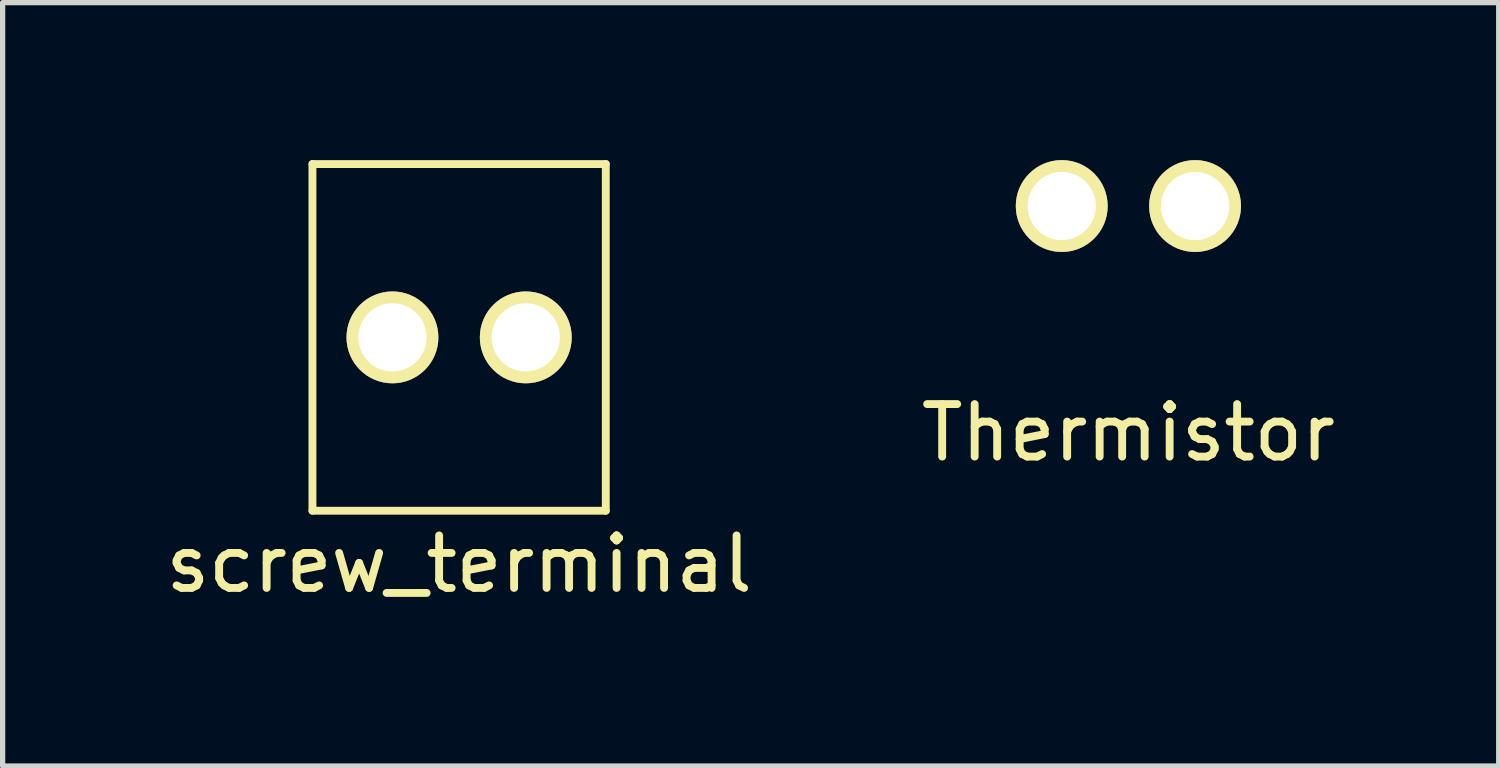
<source format=kicad_pcb>
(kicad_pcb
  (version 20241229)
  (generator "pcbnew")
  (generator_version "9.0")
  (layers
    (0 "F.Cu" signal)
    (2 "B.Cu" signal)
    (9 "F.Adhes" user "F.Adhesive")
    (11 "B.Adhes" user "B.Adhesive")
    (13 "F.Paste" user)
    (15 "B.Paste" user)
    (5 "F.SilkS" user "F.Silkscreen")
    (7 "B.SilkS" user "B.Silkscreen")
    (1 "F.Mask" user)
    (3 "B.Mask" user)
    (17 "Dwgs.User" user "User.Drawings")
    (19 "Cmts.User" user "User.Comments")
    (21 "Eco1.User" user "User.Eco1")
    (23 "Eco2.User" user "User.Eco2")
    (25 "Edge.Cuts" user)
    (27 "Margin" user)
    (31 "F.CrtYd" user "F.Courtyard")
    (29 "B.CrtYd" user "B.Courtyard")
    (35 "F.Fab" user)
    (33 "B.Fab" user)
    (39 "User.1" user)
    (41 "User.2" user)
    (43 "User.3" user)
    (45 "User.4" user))
  (footprint "screw_terminal"
    (layer "F.Cu")
    (at 5.696 3.377)
    (property "Reference" "screw_terminal" (at 0 4.318 0) (layer "F.SilkS") (effects (font (size 1 1) (thickness 0.15))))
    (attr through_hole)
    (fp_line (start -2.794 -3.302) (end -2.794 3.302) (stroke (width 0.15) (type solid)) (layer "F.SilkS"))
    (fp_line (start -2.794 -3.302) (end 2.794 -3.302) (stroke (width 0.15) (type solid)) (layer "F.SilkS"))
    (fp_line (start 2.794 3.302) (end -2.794 3.302) (stroke (width 0.15) (type solid)) (layer "F.SilkS"))
    (fp_line (start 2.794 3.302) (end 2.794 -3.302) (stroke (width 0.15) (type solid)) (layer "F.SilkS"))
    (pad "1" thru_hole circle (at -1.27 0) (size 1.75 1.75) (drill 1.3) (layers "*.Cu" "*.Mask" "F.SilkS"))
    (pad "2" thru_hole circle (at 1.27 0) (size 1.75 1.75) (drill 1.3) (layers "*.Cu" "*.Mask" "F.SilkS")))
  (footprint "Thermistor"
    (layer "F.Cu")
    (at 18.446 0.875)
    (property "Reference" "Thermistor" (at 0 4.318 0) (layer "F.SilkS") (effects (font (size 1 1) (thickness 0.15))))
    (attr through_hole)
    (pad "1" thru_hole circle (at -1.27 0) (size 1.75 1.75) (drill 1.3) (layers "*.Cu" "*.Mask" "F.SilkS"))
    (pad "2" thru_hole circle (at 1.27 0) (size 1.75 1.75) (drill 1.3) (layers "*.Cu" "*.Mask" "F.SilkS")))
  (gr_rect
    (start -3 -3)
    (end 25.5 11.543)
    (stroke (width 0.1) (type default))
    (fill no)
    (layer "Edge.Cuts")))
</source>
